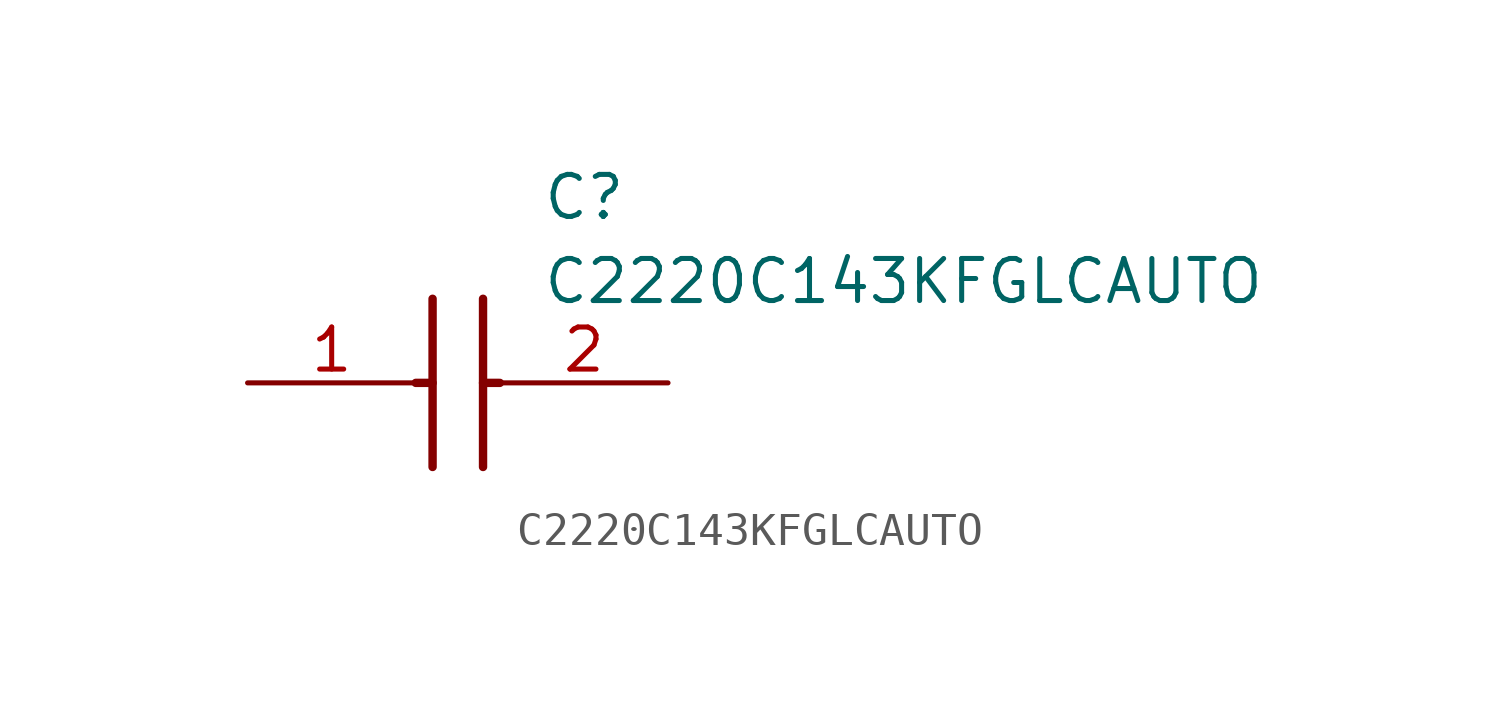
<source format=kicad_sym>
(kicad_symbol_lib
  (version 20211014)
  (generator SamacSys_ECAD_Model)
  (symbol "C2220C143KFGLCAUTO"
    (pin_names hide)
    (property "Reference" "C"
      (at 8.89 6.35 0)
      (effects (font (size 1.27 1.27)) (justify left top)))
    (property "Value" "C2220C143KFGLCAUTO"
      (at 8.89 3.81 0)
      (effects (font (size 1.27 1.27)) (justify left top)))
    (polyline
      (pts (xy 5.588 2.54) (xy 5.588 -2.54))
      (stroke (width 0.254) (type default))
      (fill (type none)))
    (polyline
      (pts (xy 7.112 2.54) (xy 7.112 -2.54))
      (stroke (width 0.254) (type default))
      (fill (type none)))
    (polyline
      (pts (xy 5.08 0) (xy 5.588 0))
      (stroke (width 0.254) (type default))
      (fill (type none)))
    (polyline
      (pts (xy 7.112 0) (xy 7.62 0))
      (stroke (width 0.254) (type default))
      (fill (type none)))
    (pin passive line
      (at 0 0 0)
      (length 5.08)
      (name "1" (effects (font (size 1.27 1.27))))
      (number "1" (effects (font (size 1.27 1.27)))))
    (pin passive line
      (at 12.7 0 180)
      (length 5.08)
      (name "2" (effects (font (size 1.27 1.27))))
      (number "2" (effects (font (size 1.27 1.27)))))))
</source>
